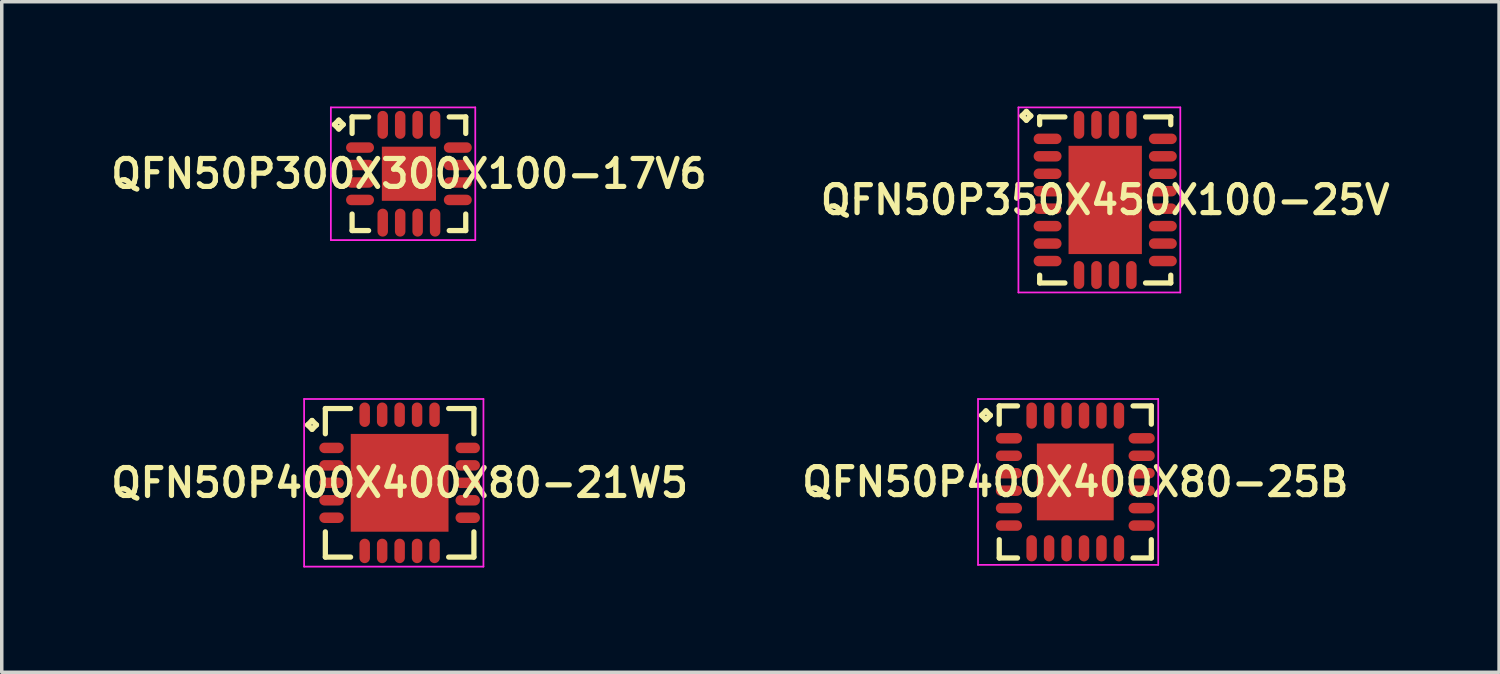
<source format=kicad_pcb>
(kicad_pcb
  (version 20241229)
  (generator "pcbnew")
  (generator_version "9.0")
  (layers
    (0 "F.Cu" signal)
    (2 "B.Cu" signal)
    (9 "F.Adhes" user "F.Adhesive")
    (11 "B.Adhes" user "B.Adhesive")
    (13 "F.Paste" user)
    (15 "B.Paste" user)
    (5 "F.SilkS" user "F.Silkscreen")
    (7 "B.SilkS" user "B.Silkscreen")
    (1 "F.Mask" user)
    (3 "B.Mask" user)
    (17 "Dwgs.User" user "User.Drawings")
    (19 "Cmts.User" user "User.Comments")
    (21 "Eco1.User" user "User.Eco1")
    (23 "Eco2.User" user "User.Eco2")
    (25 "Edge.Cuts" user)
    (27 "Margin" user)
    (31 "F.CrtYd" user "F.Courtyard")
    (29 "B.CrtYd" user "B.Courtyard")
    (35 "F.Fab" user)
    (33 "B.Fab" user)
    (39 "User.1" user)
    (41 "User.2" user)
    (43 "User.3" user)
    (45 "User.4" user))
  (footprint "QFN50P350X450X100-25V"
    (layer "F.Cu")
    (at 28.597 2.675)
    (property "Reference" "QFN50P350X450X100-25V" (at 0 0 0) (layer "F.SilkS") (effects (font (size 0.8 0.8) (thickness 0.15))))
    (attr smd)
    (fp_line (start -2.385 -2.408) (end -2.258 -2.535) (stroke (width 0.15) (type solid)) (layer "F.SilkS"))
    (fp_line (start -2.258 -2.535) (end -2.131 -2.408) (stroke (width 0.15) (type solid)) (layer "F.SilkS"))
    (fp_line (start -2.258 -2.281) (end -2.385 -2.408) (stroke (width 0.15) (type solid)) (layer "F.SilkS"))
    (fp_line (start -2.131 -2.408) (end -2.258 -2.281) (stroke (width 0.15) (type solid)) (layer "F.SilkS"))
    (fp_line (start -1.877 -2.377) (end -1.154 -2.377) (stroke (width 0.15) (type solid)) (layer "F.SilkS"))
    (fp_line (start -1.877 -2.154) (end -1.877 -2.377) (stroke (width 0.15) (type solid)) (layer "F.SilkS"))
    (fp_line (start -1.877 2.154) (end -1.877 2.377) (stroke (width 0.15) (type solid)) (layer "F.SilkS"))
    (fp_line (start -1.877 2.377) (end -1.154 2.377) (stroke (width 0.15) (type solid)) (layer "F.SilkS"))
    (fp_line (start 1.154 -2.377) (end 1.877 -2.377) (stroke (width 0.15) (type solid)) (layer "F.SilkS"))
    (fp_line (start 1.154 2.377) (end 1.877 2.377) (stroke (width 0.15) (type solid)) (layer "F.SilkS"))
    (fp_line (start 1.877 -2.377) (end 1.877 -2.154) (stroke (width 0.15) (type solid)) (layer "F.SilkS"))
    (fp_line (start 1.877 2.377) (end 1.877 2.154) (stroke (width 0.15) (type solid)) (layer "F.SilkS"))
    (fp_line (start -2.485 -2.65) (end 2.15 -2.65) (stroke (width 0.05) (type solid)) (layer "F.CrtYd"))
    (fp_line (start -2.485 2.65) (end -2.485 -2.65) (stroke (width 0.05) (type solid)) (layer "F.CrtYd"))
    (fp_line (start 2.15 -2.65) (end 2.15 2.65) (stroke (width 0.05) (type solid)) (layer "F.CrtYd"))
    (fp_line (start 2.15 2.65) (end -2.485 2.65) (stroke (width 0.05) (type solid)) (layer "F.CrtYd"))
    (pad "1" smd oval (at -1.65 -1.75) (size 0.8 0.3) (layers "F.Cu" "F.Mask" "F.Paste"))
    (pad "2" smd oval (at -1.65 -1.25) (size 0.8 0.3) (layers "F.Cu" "F.Mask" "F.Paste"))
    (pad "3" smd oval (at -1.65 -0.75) (size 0.8 0.3) (layers "F.Cu" "F.Mask" "F.Paste"))
    (pad "4" smd oval (at -1.65 -0.25) (size 0.8 0.3) (layers "F.Cu" "F.Mask" "F.Paste"))
    (pad "5" smd oval (at -1.65 0.25) (size 0.8 0.3) (layers "F.Cu" "F.Mask" "F.Paste"))
    (pad "6" smd oval (at -1.65 0.75) (size 0.8 0.3) (layers "F.Cu" "F.Mask" "F.Paste"))
    (pad "7" smd oval (at -1.65 1.25) (size 0.8 0.3) (layers "F.Cu" "F.Mask" "F.Paste"))
    (pad "8" smd oval (at -1.65 1.75) (size 0.8 0.3) (layers "F.Cu" "F.Mask" "F.Paste"))
    (pad "9" smd oval (at -0.75 2.15) (size 0.3 0.8) (layers "F.Cu" "F.Mask" "F.Paste"))
    (pad "10" smd oval (at -0.25 2.15) (size 0.3 0.8) (layers "F.Cu" "F.Mask" "F.Paste"))
    (pad "11" smd oval (at 0.25 2.15) (size 0.3 0.8) (layers "F.Cu" "F.Mask" "F.Paste"))
    (pad "12" smd oval (at 0.75 2.15) (size 0.3 0.8) (layers "F.Cu" "F.Mask" "F.Paste"))
    (pad "13" smd oval (at 1.65 1.75) (size 0.8 0.3) (layers "F.Cu" "F.Mask" "F.Paste"))
    (pad "14" smd oval (at 1.65 1.25) (size 0.8 0.3) (layers "F.Cu" "F.Mask" "F.Paste"))
    (pad "15" smd oval (at 1.65 0.75) (size 0.8 0.3) (layers "F.Cu" "F.Mask" "F.Paste"))
    (pad "16" smd oval (at 1.65 0.25) (size 0.8 0.3) (layers "F.Cu" "F.Mask" "F.Paste"))
    (pad "17" smd oval (at 1.65 -0.25) (size 0.8 0.3) (layers "F.Cu" "F.Mask" "F.Paste"))
    (pad "18" smd oval (at 1.65 -0.75) (size 0.8 0.3) (layers "F.Cu" "F.Mask" "F.Paste"))
    (pad "19" smd oval (at 1.65 -1.25) (size 0.8 0.3) (layers "F.Cu" "F.Mask" "F.Paste"))
    (pad "20" smd oval (at 1.65 -1.75) (size 0.8 0.3) (layers "F.Cu" "F.Mask" "F.Paste"))
    (pad "21" smd oval (at 0.75 -2.15) (size 0.3 0.8) (layers "F.Cu" "F.Mask" "F.Paste"))
    (pad "22" smd oval (at 0.25 -2.15) (size 0.3 0.8) (layers "F.Cu" "F.Mask" "F.Paste"))
    (pad "23" smd oval (at -0.25 -2.15) (size 0.3 0.8) (layers "F.Cu" "F.Mask" "F.Paste"))
    (pad "24" smd oval (at -0.75 -2.15) (size 0.3 0.8) (layers "F.Cu" "F.Mask" "F.Paste"))
    (pad "25" smd rect (at 0 0) (size 2.1 3.1) (layers "F.Cu" "F.Mask" "F.Paste")))
  (footprint "QFN50P400X400X80-21W5"
    (layer "F.Cu")
    (at 8.393 10.775)
    (property "Reference" "QFN50P400X400X80-21W5" (at 0 0 0) (layer "F.SilkS") (effects (font (size 0.8 0.8) (thickness 0.15))))
    (attr smd)
    (fp_line (start -2.635 -1.658) (end -2.508 -1.785) (stroke (width 0.15) (type solid)) (layer "F.SilkS"))
    (fp_line (start -2.508 -1.785) (end -2.381 -1.658) (stroke (width 0.15) (type solid)) (layer "F.SilkS"))
    (fp_line (start -2.508 -1.531) (end -2.635 -1.658) (stroke (width 0.15) (type solid)) (layer "F.SilkS"))
    (fp_line (start -2.381 -1.658) (end -2.508 -1.531) (stroke (width 0.15) (type solid)) (layer "F.SilkS"))
    (fp_line (start -2.127 -2.127) (end -1.404 -2.127) (stroke (width 0.15) (type solid)) (layer "F.SilkS"))
    (fp_line (start -2.127 -1.404) (end -2.127 -2.127) (stroke (width 0.15) (type solid)) (layer "F.SilkS"))
    (fp_line (start -2.127 1.404) (end -2.127 2.127) (stroke (width 0.15) (type solid)) (layer "F.SilkS"))
    (fp_line (start -2.127 2.127) (end -1.404 2.127) (stroke (width 0.15) (type solid)) (layer "F.SilkS"))
    (fp_line (start 1.404 -2.127) (end 2.127 -2.127) (stroke (width 0.15) (type solid)) (layer "F.SilkS"))
    (fp_line (start 1.404 2.127) (end 2.127 2.127) (stroke (width 0.15) (type solid)) (layer "F.SilkS"))
    (fp_line (start 2.127 -2.127) (end 2.127 -1.404) (stroke (width 0.15) (type solid)) (layer "F.SilkS"))
    (fp_line (start 2.127 2.127) (end 2.127 1.404) (stroke (width 0.15) (type solid)) (layer "F.SilkS"))
    (fp_line (start -2.735 -2.4) (end 2.4 -2.4) (stroke (width 0.05) (type solid)) (layer "F.CrtYd"))
    (fp_line (start -2.735 2.4) (end -2.735 -2.4) (stroke (width 0.05) (type solid)) (layer "F.CrtYd"))
    (fp_line (start 2.4 -2.4) (end 2.4 2.4) (stroke (width 0.05) (type solid)) (layer "F.CrtYd"))
    (fp_line (start 2.4 2.4) (end -2.735 2.4) (stroke (width 0.05) (type solid)) (layer "F.CrtYd"))
    (pad "1" smd oval (at -1.95 -1) (size 0.7 0.3) (layers "F.Cu" "F.Mask" "F.Paste"))
    (pad "2" smd oval (at -1.95 -0.5) (size 0.7 0.3) (layers "F.Cu" "F.Mask" "F.Paste"))
    (pad "3" smd oval (at -1.95 0) (size 0.7 0.3) (layers "F.Cu" "F.Mask" "F.Paste"))
    (pad "4" smd oval (at -1.95 0.5) (size 0.7 0.3) (layers "F.Cu" "F.Mask" "F.Paste"))
    (pad "5" smd oval (at -1.95 1) (size 0.7 0.3) (layers "F.Cu" "F.Mask" "F.Paste"))
    (pad "6" smd oval (at -1 1.95) (size 0.3 0.7) (layers "F.Cu" "F.Mask" "F.Paste"))
    (pad "7" smd oval (at -0.5 1.95) (size 0.3 0.7) (layers "F.Cu" "F.Mask" "F.Paste"))
    (pad "8" smd oval (at 0 1.95) (size 0.3 0.7) (layers "F.Cu" "F.Mask" "F.Paste"))
    (pad "9" smd oval (at 0.5 1.95) (size 0.3 0.7) (layers "F.Cu" "F.Mask" "F.Paste"))
    (pad "10" smd oval (at 1 1.95) (size 0.3 0.7) (layers "F.Cu" "F.Mask" "F.Paste"))
    (pad "11" smd oval (at 1.95 1) (size 0.7 0.3) (layers "F.Cu" "F.Mask" "F.Paste"))
    (pad "12" smd oval (at 1.95 0.5) (size 0.7 0.3) (layers "F.Cu" "F.Mask" "F.Paste"))
    (pad "13" smd oval (at 1.95 0) (size 0.7 0.3) (layers "F.Cu" "F.Mask" "F.Paste"))
    (pad "14" smd oval (at 1.95 -0.5) (size 0.7 0.3) (layers "F.Cu" "F.Mask" "F.Paste"))
    (pad "15" smd oval (at 1.95 -1) (size 0.7 0.3) (layers "F.Cu" "F.Mask" "F.Paste"))
    (pad "16" smd oval (at 1 -1.95) (size 0.3 0.7) (layers "F.Cu" "F.Mask" "F.Paste"))
    (pad "17" smd oval (at 0.5 -1.95) (size 0.3 0.7) (layers "F.Cu" "F.Mask" "F.Paste"))
    (pad "18" smd oval (at 0 -1.95) (size 0.3 0.7) (layers "F.Cu" "F.Mask" "F.Paste"))
    (pad "19" smd oval (at -0.5 -1.95) (size 0.3 0.7) (layers "F.Cu" "F.Mask" "F.Paste"))
    (pad "20" smd oval (at -1 -1.95) (size 0.3 0.7) (layers "F.Cu" "F.Mask" "F.Paste"))
    (pad "21" smd rect (at 0 0) (size 2.8 2.8) (layers "F.Cu" "F.Mask" "F.Paste")))
  (footprint "QFN50P300X300X100-17V6"
    (layer "F.Cu")
    (at 8.659 1.925)
    (property "Reference" "QFN50P300X300X100-17V6" (at 0 0 0) (layer "F.SilkS") (effects (font (size 0.8 0.8) (thickness 0.15))))
    (attr smd)
    (fp_line (start -2.135 -1.408) (end -2.008 -1.535) (stroke (width 0.15) (type solid)) (layer "F.SilkS"))
    (fp_line (start -2.008 -1.535) (end -1.881 -1.408) (stroke (width 0.15) (type solid)) (layer "F.SilkS"))
    (fp_line (start -2.008 -1.281) (end -2.135 -1.408) (stroke (width 0.15) (type solid)) (layer "F.SilkS"))
    (fp_line (start -1.881 -1.408) (end -2.008 -1.281) (stroke (width 0.15) (type solid)) (layer "F.SilkS"))
    (fp_line (start -1.627 -1.627) (end -1.154 -1.627) (stroke (width 0.15) (type solid)) (layer "F.SilkS"))
    (fp_line (start -1.627 -1.154) (end -1.627 -1.627) (stroke (width 0.15) (type solid)) (layer "F.SilkS"))
    (fp_line (start -1.627 1.154) (end -1.627 1.627) (stroke (width 0.15) (type solid)) (layer "F.SilkS"))
    (fp_line (start -1.627 1.627) (end -1.154 1.627) (stroke (width 0.15) (type solid)) (layer "F.SilkS"))
    (fp_line (start 1.154 -1.627) (end 1.627 -1.627) (stroke (width 0.15) (type solid)) (layer "F.SilkS"))
    (fp_line (start 1.154 1.627) (end 1.627 1.627) (stroke (width 0.15) (type solid)) (layer "F.SilkS"))
    (fp_line (start 1.627 -1.627) (end 1.627 -1.154) (stroke (width 0.15) (type solid)) (layer "F.SilkS"))
    (fp_line (start 1.627 1.627) (end 1.627 1.154) (stroke (width 0.15) (type solid)) (layer "F.SilkS"))
    (fp_line (start -2.235 -1.9) (end 1.9 -1.9) (stroke (width 0.05) (type solid)) (layer "F.CrtYd"))
    (fp_line (start -2.235 1.9) (end -2.235 -1.9) (stroke (width 0.05) (type solid)) (layer "F.CrtYd"))
    (fp_line (start 1.9 -1.9) (end 1.9 1.9) (stroke (width 0.05) (type solid)) (layer "F.CrtYd"))
    (fp_line (start 1.9 1.9) (end -2.235 1.9) (stroke (width 0.05) (type solid)) (layer "F.CrtYd"))
    (pad "1" smd oval (at -1.4 -0.75) (size 0.8 0.3) (layers "F.Cu" "F.Mask" "F.Paste"))
    (pad "2" smd oval (at -1.4 -0.25) (size 0.8 0.3) (layers "F.Cu" "F.Mask" "F.Paste"))
    (pad "3" smd oval (at -1.4 0.25) (size 0.8 0.3) (layers "F.Cu" "F.Mask" "F.Paste"))
    (pad "4" smd oval (at -1.4 0.75) (size 0.8 0.3) (layers "F.Cu" "F.Mask" "F.Paste"))
    (pad "5" smd oval (at -0.75 1.4) (size 0.3 0.8) (layers "F.Cu" "F.Mask" "F.Paste"))
    (pad "6" smd oval (at -0.25 1.4) (size 0.3 0.8) (layers "F.Cu" "F.Mask" "F.Paste"))
    (pad "7" smd oval (at 0.25 1.4) (size 0.3 0.8) (layers "F.Cu" "F.Mask" "F.Paste"))
    (pad "8" smd oval (at 0.75 1.4) (size 0.3 0.8) (layers "F.Cu" "F.Mask" "F.Paste"))
    (pad "9" smd oval (at 1.4 0.75) (size 0.8 0.3) (layers "F.Cu" "F.Mask" "F.Paste"))
    (pad "10" smd oval (at 1.4 0.25) (size 0.8 0.3) (layers "F.Cu" "F.Mask" "F.Paste"))
    (pad "11" smd oval (at 1.4 -0.25) (size 0.8 0.3) (layers "F.Cu" "F.Mask" "F.Paste"))
    (pad "12" smd oval (at 1.4 -0.75) (size 0.8 0.3) (layers "F.Cu" "F.Mask" "F.Paste"))
    (pad "13" smd oval (at 0.75 -1.4) (size 0.3 0.8) (layers "F.Cu" "F.Mask" "F.Paste"))
    (pad "14" smd oval (at 0.25 -1.4) (size 0.3 0.8) (layers "F.Cu" "F.Mask" "F.Paste"))
    (pad "15" smd oval (at -0.25 -1.4) (size 0.3 0.8) (layers "F.Cu" "F.Mask" "F.Paste"))
    (pad "16" smd oval (at -0.75 -1.4) (size 0.3 0.8) (layers "F.Cu" "F.Mask" "F.Paste"))
    (pad "17" smd rect (at 0 0) (size 1.55 1.55) (layers "F.Cu" "F.Mask" "F.Paste")))
  (footprint "QFN50P400X400X80-25B"
    (layer "F.Cu")
    (at 27.74 10.75)
    (property "Reference" "QFN50P400X400X80-25B" (at 0 0 0) (layer "F.SilkS") (effects (font (size 0.8 0.8) (thickness 0.15))))
    (attr smd)
    (fp_line (start -2.685 -1.908) (end -2.558 -2.035) (stroke (width 0.15) (type solid)) (layer "F.SilkS"))
    (fp_line (start -2.558 -2.035) (end -2.431 -1.908) (stroke (width 0.15) (type solid)) (layer "F.SilkS"))
    (fp_line (start -2.558 -1.781) (end -2.685 -1.908) (stroke (width 0.15) (type solid)) (layer "F.SilkS"))
    (fp_line (start -2.431 -1.908) (end -2.558 -1.781) (stroke (width 0.15) (type solid)) (layer "F.SilkS"))
    (fp_line (start -2.177 -2.177) (end -1.654 -2.177) (stroke (width 0.15) (type solid)) (layer "F.SilkS"))
    (fp_line (start -2.177 -1.654) (end -2.177 -2.177) (stroke (width 0.15) (type solid)) (layer "F.SilkS"))
    (fp_line (start -2.177 1.654) (end -2.177 2.177) (stroke (width 0.15) (type solid)) (layer "F.SilkS"))
    (fp_line (start -2.177 2.177) (end -1.654 2.177) (stroke (width 0.15) (type solid)) (layer "F.SilkS"))
    (fp_line (start 1.654 -2.177) (end 2.177 -2.177) (stroke (width 0.15) (type solid)) (layer "F.SilkS"))
    (fp_line (start 1.654 2.177) (end 2.177 2.177) (stroke (width 0.15) (type solid)) (layer "F.SilkS"))
    (fp_line (start 2.177 -2.177) (end 2.177 -1.654) (stroke (width 0.15) (type solid)) (layer "F.SilkS"))
    (fp_line (start 2.177 2.177) (end 2.177 1.654) (stroke (width 0.15) (type solid)) (layer "F.SilkS"))
    (fp_line (start -2.785 -2.375) (end 2.375 -2.375) (stroke (width 0.05) (type solid)) (layer "F.CrtYd"))
    (fp_line (start -2.785 2.375) (end -2.785 -2.375) (stroke (width 0.05) (type solid)) (layer "F.CrtYd"))
    (fp_line (start 2.375 -2.375) (end 2.375 2.375) (stroke (width 0.05) (type solid)) (layer "F.CrtYd"))
    (fp_line (start 2.375 2.375) (end -2.785 2.375) (stroke (width 0.05) (type solid)) (layer "F.CrtYd"))
    (pad "1" smd oval (at -1.9 -1.25) (size 0.75 0.3) (layers "F.Cu" "F.Mask" "F.Paste"))
    (pad "2" smd oval (at -1.9 -0.75) (size 0.75 0.3) (layers "F.Cu" "F.Mask" "F.Paste"))
    (pad "3" smd oval (at -1.9 -0.25) (size 0.75 0.3) (layers "F.Cu" "F.Mask" "F.Paste"))
    (pad "4" smd oval (at -1.9 0.25) (size 0.75 0.3) (layers "F.Cu" "F.Mask" "F.Paste"))
    (pad "5" smd oval (at -1.9 0.75) (size 0.75 0.3) (layers "F.Cu" "F.Mask" "F.Paste"))
    (pad "6" smd oval (at -1.9 1.25) (size 0.75 0.3) (layers "F.Cu" "F.Mask" "F.Paste"))
    (pad "7" smd oval (at -1.25 1.9) (size 0.3 0.75) (layers "F.Cu" "F.Mask" "F.Paste"))
    (pad "8" smd oval (at -0.75 1.9) (size 0.3 0.75) (layers "F.Cu" "F.Mask" "F.Paste"))
    (pad "9" smd oval (at -0.25 1.9) (size 0.3 0.75) (layers "F.Cu" "F.Mask" "F.Paste"))
    (pad "10" smd oval (at 0.25 1.9) (size 0.3 0.75) (layers "F.Cu" "F.Mask" "F.Paste"))
    (pad "11" smd oval (at 0.75 1.9) (size 0.3 0.75) (layers "F.Cu" "F.Mask" "F.Paste"))
    (pad "12" smd oval (at 1.25 1.9) (size 0.3 0.75) (layers "F.Cu" "F.Mask" "F.Paste"))
    (pad "13" smd oval (at 1.9 1.25) (size 0.75 0.3) (layers "F.Cu" "F.Mask" "F.Paste"))
    (pad "14" smd oval (at 1.9 0.75) (size 0.75 0.3) (layers "F.Cu" "F.Mask" "F.Paste"))
    (pad "15" smd oval (at 1.9 0.25) (size 0.75 0.3) (layers "F.Cu" "F.Mask" "F.Paste"))
    (pad "16" smd oval (at 1.9 -0.25) (size 0.75 0.3) (layers "F.Cu" "F.Mask" "F.Paste"))
    (pad "17" smd oval (at 1.9 -0.75) (size 0.75 0.3) (layers "F.Cu" "F.Mask" "F.Paste"))
    (pad "18" smd oval (at 1.9 -1.25) (size 0.75 0.3) (layers "F.Cu" "F.Mask" "F.Paste"))
    (pad "19" smd oval (at 1.25 -1.9) (size 0.3 0.75) (layers "F.Cu" "F.Mask" "F.Paste"))
    (pad "20" smd oval (at 0.75 -1.9) (size 0.3 0.75) (layers "F.Cu" "F.Mask" "F.Paste"))
    (pad "21" smd oval (at 0.25 -1.9) (size 0.3 0.75) (layers "F.Cu" "F.Mask" "F.Paste"))
    (pad "22" smd oval (at -0.25 -1.9) (size 0.3 0.75) (layers "F.Cu" "F.Mask" "F.Paste"))
    (pad "23" smd oval (at -0.75 -1.9) (size 0.3 0.75) (layers "F.Cu" "F.Mask" "F.Paste"))
    (pad "24" smd oval (at -1.25 -1.9) (size 0.3 0.75) (layers "F.Cu" "F.Mask" "F.Paste"))
    (pad "25" smd rect (at 0 0) (size 2.2 2.2) (layers "F.Cu" "F.Mask" "F.Paste")))
  (gr_rect
    (start -3 -3)
    (end 39.875 16.2)
    (stroke (width 0.1) (type default))
    (fill no)
    (layer "Edge.Cuts")))
</source>
